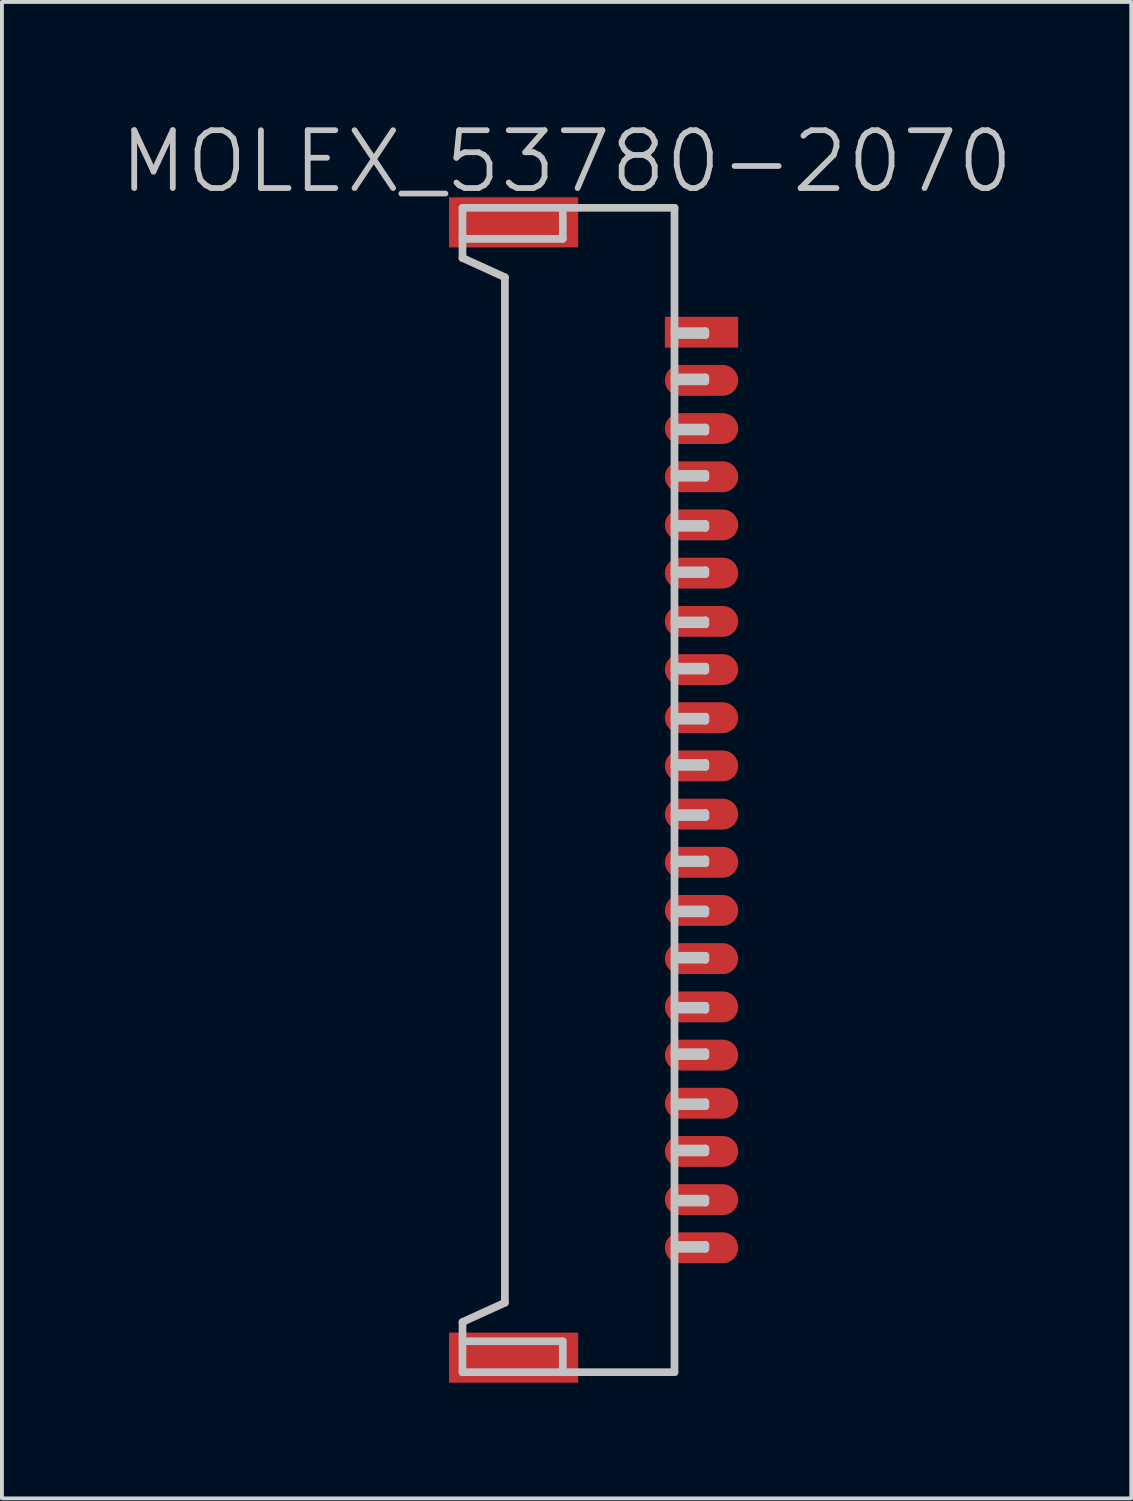
<source format=kicad_pcb>
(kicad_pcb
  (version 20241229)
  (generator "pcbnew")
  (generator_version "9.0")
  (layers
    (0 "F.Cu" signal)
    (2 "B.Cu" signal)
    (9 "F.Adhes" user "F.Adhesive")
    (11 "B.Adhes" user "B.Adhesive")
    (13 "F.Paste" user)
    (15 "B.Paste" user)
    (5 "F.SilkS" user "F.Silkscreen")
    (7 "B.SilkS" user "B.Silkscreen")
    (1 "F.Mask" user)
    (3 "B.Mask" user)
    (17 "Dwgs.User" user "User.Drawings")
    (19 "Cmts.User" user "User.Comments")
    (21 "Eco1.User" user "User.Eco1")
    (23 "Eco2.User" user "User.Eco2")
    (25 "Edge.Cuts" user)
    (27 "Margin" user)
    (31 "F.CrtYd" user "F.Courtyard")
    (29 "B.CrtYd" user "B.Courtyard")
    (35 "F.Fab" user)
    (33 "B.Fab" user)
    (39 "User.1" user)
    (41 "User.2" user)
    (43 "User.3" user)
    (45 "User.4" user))
  (footprint "MOLEX_53780-2070"
    (layer "F.Cu")
    (at 11.646 17.441)
    (property "Reference" "MOLEX_53780-2070" (at 0 -16.3 180) (layer "Dwgs.User") (effects (font (size 1.5 1.5) (thickness 0.15))))
    (attr smd)
    (fp_line (start -2.7 -13.8) (end -1.6 -13.299) (stroke (width 0.2) (type solid)) (layer "Dwgs.User"))
    (fp_line (start -2.7 -13.797) (end -2.7 -15.095) (stroke (width 0.2) (type solid)) (layer "Dwgs.User"))
    (fp_line (start -2.7 13.805) (end -2.7 15.103) (stroke (width 0.2) (type solid)) (layer "Dwgs.User"))
    (fp_line (start -1.6 -13.299) (end -1.6 13.299) (stroke (width 0.2) (type solid)) (layer "Dwgs.User"))
    (fp_line (start -1.6 13.299) (end -2.7 13.8) (stroke (width 0.2) (type solid)) (layer "Dwgs.User"))
    (fp_line (start -0.099 -15.098) (end -0.099 -14.298) (stroke (width 0.2) (type solid)) (layer "Dwgs.User"))
    (fp_line (start -0.099 -14.295) (end -2.7 -14.295) (stroke (width 0.2) (type solid)) (layer "Dwgs.User"))
    (fp_line (start -0.099 15.103) (end -0.099 14.303) (stroke (width 0.2) (type solid)) (layer "Dwgs.User"))
    (fp_line (start -0.097 14.298) (end -2.697 14.298) (stroke (width 0.2) (type solid)) (layer "Dwgs.User"))
    (fp_line (start 2.799 -15.1) (end -2.7 -15.1) (stroke (width 0.2) (type solid)) (layer "Dwgs.User"))
    (fp_line (start 2.799 -11.801) (end 3.599 -11.801) (stroke (width 0.2) (type solid)) (layer "Dwgs.User"))
    (fp_line (start 2.799 -10.701) (end 3.599 -10.701) (stroke (width 0.2) (type solid)) (layer "Dwgs.User"))
    (fp_line (start 2.799 -9.299) (end 3.599 -9.299) (stroke (width 0.2) (type solid)) (layer "Dwgs.User"))
    (fp_line (start 2.799 -8.199) (end 3.599 -8.199) (stroke (width 0.2) (type solid)) (layer "Dwgs.User"))
    (fp_line (start 2.799 -6.8) (end 3.599 -6.8) (stroke (width 0.2) (type solid)) (layer "Dwgs.User"))
    (fp_line (start 2.799 -5.697) (end 3.599 -5.697) (stroke (width 0.2) (type solid)) (layer "Dwgs.User"))
    (fp_line (start 2.799 -4.397) (end 3.599 -4.397) (stroke (width 0.2) (type solid)) (layer "Dwgs.User"))
    (fp_line (start 2.799 -1.9) (end 3.599 -1.9) (stroke (width 0.2) (type solid)) (layer "Dwgs.User"))
    (fp_line (start 2.799 -0.701) (end 3.599 -0.701) (stroke (width 0.2) (type solid)) (layer "Dwgs.User"))
    (fp_line (start 2.799 0.701) (end 3.599 0.701) (stroke (width 0.2) (type solid)) (layer "Dwgs.User"))
    (fp_line (start 2.799 3.2) (end 3.599 3.2) (stroke (width 0.2) (type solid)) (layer "Dwgs.User"))
    (fp_line (start 2.799 4.402) (end 3.599 4.402) (stroke (width 0.2) (type solid)) (layer "Dwgs.User"))
    (fp_line (start 2.799 5.697) (end 3.599 5.697) (stroke (width 0.2) (type solid)) (layer "Dwgs.User"))
    (fp_line (start 2.799 6.8) (end 3.599 6.8) (stroke (width 0.2) (type solid)) (layer "Dwgs.User"))
    (fp_line (start 2.799 8.199) (end 3.599 8.199) (stroke (width 0.2) (type solid)) (layer "Dwgs.User"))
    (fp_line (start 2.799 9.299) (end 3.599 9.299) (stroke (width 0.2) (type solid)) (layer "Dwgs.User"))
    (fp_line (start 2.799 10.599) (end 3.599 10.599) (stroke (width 0.2) (type solid)) (layer "Dwgs.User"))
    (fp_line (start 2.799 11.801) (end 3.599 11.801) (stroke (width 0.2) (type solid)) (layer "Dwgs.User"))
    (fp_line (start 2.799 15.1) (end -2.7 15.1) (stroke (width 0.2) (type solid)) (layer "Dwgs.User"))
    (fp_line (start 2.799 15.1) (end 2.799 -15.1) (stroke (width 0.2) (type solid)) (layer "Dwgs.User"))
    (fp_line (start 3.599 -11.9) (end 2.799 -11.9) (stroke (width 0.2) (type solid)) (layer "Dwgs.User"))
    (fp_line (start 3.599 -11.801) (end 3.599 -11.9) (stroke (width 0.2) (type solid)) (layer "Dwgs.User"))
    (fp_line (start 3.599 -10.701) (end 3.599 -10.599) (stroke (width 0.2) (type solid)) (layer "Dwgs.User"))
    (fp_line (start 3.599 -10.599) (end 2.799 -10.599) (stroke (width 0.2) (type solid)) (layer "Dwgs.User"))
    (fp_line (start 3.599 -9.401) (end 2.799 -9.401) (stroke (width 0.2) (type solid)) (layer "Dwgs.User"))
    (fp_line (start 3.599 -9.299) (end 3.599 -9.401) (stroke (width 0.2) (type solid)) (layer "Dwgs.User"))
    (fp_line (start 3.599 -8.199) (end 3.599 -8.1) (stroke (width 0.2) (type solid)) (layer "Dwgs.User"))
    (fp_line (start 3.599 -8.1) (end 2.799 -8.1) (stroke (width 0.2) (type solid)) (layer "Dwgs.User"))
    (fp_line (start 3.599 -6.901) (end 2.799 -6.901) (stroke (width 0.2) (type solid)) (layer "Dwgs.User"))
    (fp_line (start 3.599 -6.8) (end 3.599 -6.901) (stroke (width 0.2) (type solid)) (layer "Dwgs.User"))
    (fp_line (start 3.599 -5.702) (end 3.599 -5.601) (stroke (width 0.2) (type solid)) (layer "Dwgs.User"))
    (fp_line (start 3.599 -5.601) (end 2.799 -5.601) (stroke (width 0.2) (type solid)) (layer "Dwgs.User"))
    (fp_line (start 3.599 -4.402) (end 3.599 -4.3) (stroke (width 0.2) (type solid)) (layer "Dwgs.User"))
    (fp_line (start 3.599 -4.3) (end 2.799 -4.3) (stroke (width 0.2) (type solid)) (layer "Dwgs.User"))
    (fp_line (start 3.599 -3.2) (end 2.799 -3.2) (stroke (width 0.2) (type solid)) (layer "Dwgs.User"))
    (fp_line (start 3.599 -3.099) (end 2.799 -3.099) (stroke (width 0.2) (type solid)) (layer "Dwgs.User"))
    (fp_line (start 3.599 -3.096) (end 3.599 -3.198) (stroke (width 0.2) (type solid)) (layer "Dwgs.User"))
    (fp_line (start 3.599 -1.9) (end 3.599 -1.798) (stroke (width 0.2) (type solid)) (layer "Dwgs.User"))
    (fp_line (start 3.599 -1.798) (end 2.799 -1.798) (stroke (width 0.2) (type solid)) (layer "Dwgs.User"))
    (fp_line (start 3.599 -0.701) (end 3.599 -0.599) (stroke (width 0.2) (type solid)) (layer "Dwgs.User"))
    (fp_line (start 3.599 -0.599) (end 2.799 -0.599) (stroke (width 0.2) (type solid)) (layer "Dwgs.User"))
    (fp_line (start 3.599 0.599) (end 2.799 0.599) (stroke (width 0.2) (type solid)) (layer "Dwgs.User"))
    (fp_line (start 3.599 0.701) (end 3.599 0.599) (stroke (width 0.2) (type solid)) (layer "Dwgs.User"))
    (fp_line (start 3.599 1.803) (end 2.799 1.803) (stroke (width 0.2) (type solid)) (layer "Dwgs.User"))
    (fp_line (start 3.599 1.897) (end 2.799 1.897) (stroke (width 0.2) (type solid)) (layer "Dwgs.User"))
    (fp_line (start 3.599 1.9) (end 3.599 1.798) (stroke (width 0.2) (type solid)) (layer "Dwgs.User"))
    (fp_line (start 3.599 3.099) (end 2.799 3.099) (stroke (width 0.2) (type solid)) (layer "Dwgs.User"))
    (fp_line (start 3.599 3.104) (end 3.599 3.203) (stroke (width 0.2) (type solid)) (layer "Dwgs.User"))
    (fp_line (start 3.599 4.3) (end 2.799 4.3) (stroke (width 0.2) (type solid)) (layer "Dwgs.User"))
    (fp_line (start 3.599 4.404) (end 3.599 4.303) (stroke (width 0.2) (type solid)) (layer "Dwgs.User"))
    (fp_line (start 3.599 5.598) (end 2.799 5.598) (stroke (width 0.2) (type solid)) (layer "Dwgs.User"))
    (fp_line (start 3.599 5.601) (end 3.599 5.7) (stroke (width 0.2) (type solid)) (layer "Dwgs.User"))
    (fp_line (start 3.599 6.8) (end 3.599 6.901) (stroke (width 0.2) (type solid)) (layer "Dwgs.User"))
    (fp_line (start 3.599 6.901) (end 2.799 6.901) (stroke (width 0.2) (type solid)) (layer "Dwgs.User"))
    (fp_line (start 3.599 8.1) (end 2.799 8.1) (stroke (width 0.2) (type solid)) (layer "Dwgs.User"))
    (fp_line (start 3.599 8.199) (end 3.599 8.1) (stroke (width 0.2) (type solid)) (layer "Dwgs.User"))
    (fp_line (start 3.599 9.299) (end 3.599 9.401) (stroke (width 0.2) (type solid)) (layer "Dwgs.User"))
    (fp_line (start 3.599 9.401) (end 2.799 9.401) (stroke (width 0.2) (type solid)) (layer "Dwgs.User"))
    (fp_line (start 3.599 10.599) (end 3.599 10.701) (stroke (width 0.2) (type solid)) (layer "Dwgs.User"))
    (fp_line (start 3.599 10.701) (end 2.799 10.701) (stroke (width 0.2) (type solid)) (layer "Dwgs.User"))
    (fp_line (start 3.599 11.801) (end 3.599 11.9) (stroke (width 0.2) (type solid)) (layer "Dwgs.User"))
    (fp_line (start 3.599 11.9) (end 2.799 11.9) (stroke (width 0.2) (type solid)) (layer "Dwgs.User"))
    (pad "" smd rect (at -1.374 -14.724 270) (size 1.3 3.35) (layers "F.Cu" "F.Mask" "F.Paste"))
    (pad "" smd rect (at -1.374 14.724 270) (size 1.3 3.35) (layers "F.Cu" "F.Mask" "F.Paste"))
    (pad "1" smd rect (at 3.5 -11.874 270) (size 0.8 1.9) (layers "F.Cu" "F.Mask" "F.Paste"))
    (pad "2" smd oval (at 3.5 -10.625 270) (size 0.8 1.9) (layers "F.Cu" "F.Mask" "F.Paste"))
    (pad "3" smd oval (at 3.5 -9.375 270) (size 0.8 1.9) (layers "F.Cu" "F.Mask" "F.Paste"))
    (pad "4" smd oval (at 3.5 -8.125 270) (size 0.8 1.9) (layers "F.Cu" "F.Mask" "F.Paste"))
    (pad "5" smd oval (at 3.5 -6.876 270) (size 0.8 1.9) (layers "F.Cu" "F.Mask" "F.Paste"))
    (pad "6" smd oval (at 3.5 -5.626 270) (size 0.8 1.9) (layers "F.Cu" "F.Mask" "F.Paste"))
    (pad "7" smd oval (at 3.5 -4.374 270) (size 0.8 1.9) (layers "F.Cu" "F.Mask" "F.Paste"))
    (pad "8" smd oval (at 3.5 -3.124 270) (size 0.8 1.9) (layers "F.Cu" "F.Mask" "F.Paste"))
    (pad "9" smd oval (at 3.5 -1.875 270) (size 0.8 1.9) (layers "F.Cu" "F.Mask" "F.Paste"))
    (pad "10" smd oval (at 3.5 -0.625 270) (size 0.8 1.9) (layers "F.Cu" "F.Mask" "F.Paste"))
    (pad "11" smd oval (at 3.5 0.625 270) (size 0.8 1.9) (layers "F.Cu" "F.Mask" "F.Paste"))
    (pad "12" smd oval (at 3.5 1.875 270) (size 0.8 1.9) (layers "F.Cu" "F.Mask" "F.Paste"))
    (pad "13" smd oval (at 3.5 3.124 270) (size 0.8 1.9) (layers "F.Cu" "F.Mask" "F.Paste"))
    (pad "14" smd oval (at 3.5 4.374 270) (size 0.8 1.9) (layers "F.Cu" "F.Mask" "F.Paste"))
    (pad "15" smd oval (at 3.5 5.626 270) (size 0.8 1.9) (layers "F.Cu" "F.Mask" "F.Paste"))
    (pad "16" smd oval (at 3.5 6.876 270) (size 0.8 1.9) (layers "F.Cu" "F.Mask" "F.Paste"))
    (pad "17" smd oval (at 3.5 8.125 270) (size 0.8 1.9) (layers "F.Cu" "F.Mask" "F.Paste"))
    (pad "18" smd oval (at 3.5 9.375 270) (size 0.8 1.9) (layers "F.Cu" "F.Mask" "F.Paste"))
    (pad "19" smd oval (at 3.5 10.625 270) (size 0.8 1.9) (layers "F.Cu" "F.Mask" "F.Paste"))
    (pad "20" smd oval (at 3.5 11.874 270) (size 0.8 1.9) (layers "F.Cu" "F.Mask" "F.Paste")))
  (gr_rect
    (start -3 -3)
    (end 26.293 35.815)
    (stroke (width 0.1) (type default))
    (fill no)
    (layer "Edge.Cuts")))
</source>
